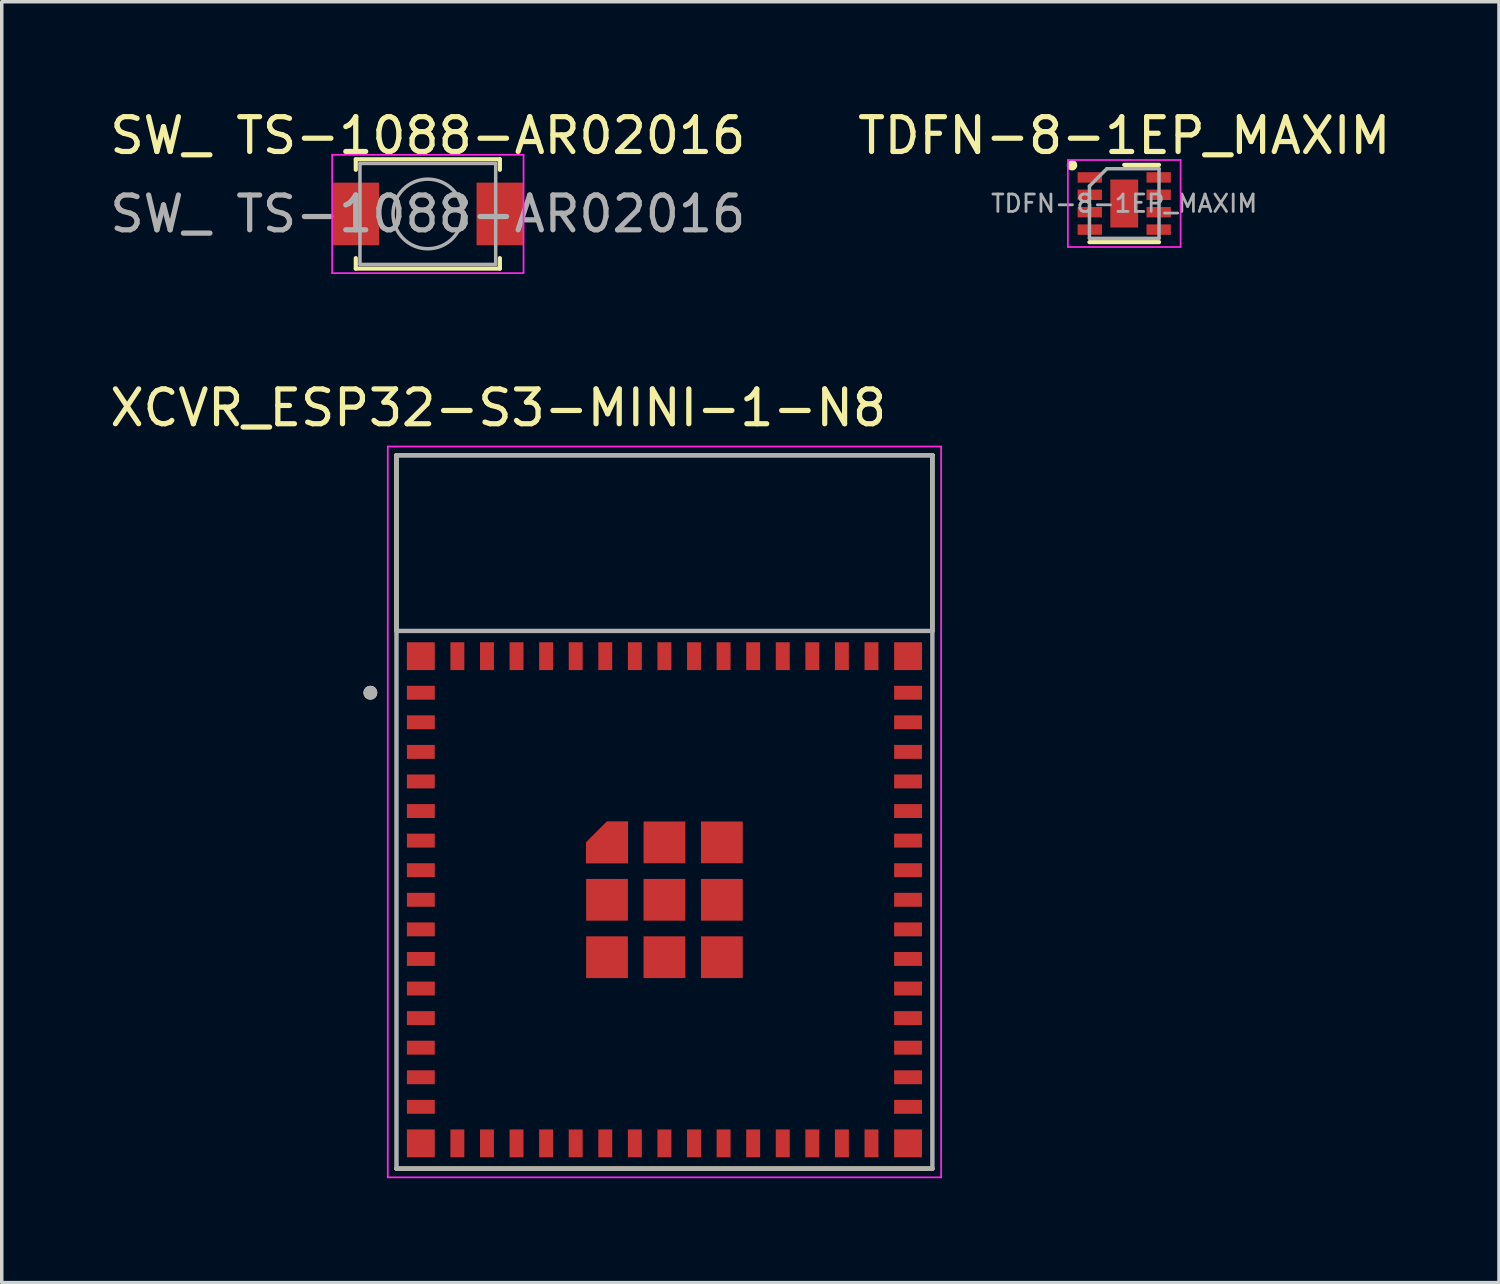
<source format=kicad_pcb>
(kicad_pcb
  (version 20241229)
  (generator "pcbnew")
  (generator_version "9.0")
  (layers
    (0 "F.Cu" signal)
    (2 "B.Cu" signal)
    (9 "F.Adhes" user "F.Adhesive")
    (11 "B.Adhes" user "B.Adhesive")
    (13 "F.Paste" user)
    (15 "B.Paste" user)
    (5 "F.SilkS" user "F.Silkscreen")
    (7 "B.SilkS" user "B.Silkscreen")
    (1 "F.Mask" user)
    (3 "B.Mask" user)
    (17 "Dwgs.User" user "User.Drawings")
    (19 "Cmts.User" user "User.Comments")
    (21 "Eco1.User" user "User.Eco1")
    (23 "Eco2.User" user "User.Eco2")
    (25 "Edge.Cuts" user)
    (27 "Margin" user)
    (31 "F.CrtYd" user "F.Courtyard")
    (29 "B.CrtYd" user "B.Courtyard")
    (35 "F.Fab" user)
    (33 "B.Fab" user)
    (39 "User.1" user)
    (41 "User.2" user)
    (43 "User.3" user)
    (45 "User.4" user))
  (footprint "SW_ TS-1088-AR02016"
    (layer "F.Cu")
    (at 9.244 3.098)
    (property "Reference" "SW_ TS-1088-AR02016" (at 0 -2.25 0) (layer "F.SilkS") (effects (font (size 1 1) (thickness 0.15))))
    (attr smd)
    (fp_line (start -2.07 -1.57) (end 2.07 -1.57) (stroke (width 0.12) (type solid)) (layer "F.SilkS"))
    (fp_line (start -2.07 -1.27) (end -2.07 -1.57) (stroke (width 0.12) (type solid)) (layer "F.SilkS"))
    (fp_line (start -2.07 1.57) (end -2.07 1.27) (stroke (width 0.12) (type solid)) (layer "F.SilkS"))
    (fp_line (start 2.07 -1.57) (end 2.07 -1.27) (stroke (width 0.12) (type solid)) (layer "F.SilkS"))
    (fp_line (start 2.07 1.27) (end 2.07 1.57) (stroke (width 0.12) (type solid)) (layer "F.SilkS"))
    (fp_line (start 2.07 1.57) (end -2.07 1.57) (stroke (width 0.12) (type solid)) (layer "F.SilkS"))
    (fp_line (start -2.75 -1.7) (end 2.75 -1.7) (stroke (width 0.05) (type solid)) (layer "F.CrtYd"))
    (fp_line (start -2.75 1.7) (end -2.75 -1.7) (stroke (width 0.05) (type solid)) (layer "F.CrtYd"))
    (fp_line (start 2.75 -1.7) (end 2.75 1.7) (stroke (width 0.05) (type solid)) (layer "F.CrtYd"))
    (fp_line (start 2.75 1.7) (end -2.75 1.7) (stroke (width 0.05) (type solid)) (layer "F.CrtYd"))
    (fp_line (start -1.95 -1.45) (end 1.95 -1.45) (stroke (width 0.1) (type solid)) (layer "F.Fab"))
    (fp_line (start -1.95 1.45) (end -1.95 -1.45) (stroke (width 0.1) (type solid)) (layer "F.Fab"))
    (fp_line (start 1.95 -1.45) (end 1.95 1.45) (stroke (width 0.1) (type solid)) (layer "F.Fab"))
    (fp_line (start 1.95 1.45) (end -1.95 1.45) (stroke (width 0.1) (type solid)) (layer "F.Fab"))
    (fp_circle (center 0 0) (end 1 0) (stroke (width 0.1) (type solid)) (fill no) (layer "F.Fab"))
    (fp_text user "${REFERENCE}" (at 0 0 0) (layer "F.Fab") (effects (font (size 1 1) (thickness 0.15))))
    (pad "1" smd rect (at -2.075 0) (size 1.35 1.8) (layers "F.Cu" "F.Mask" "F.Paste"))
    (pad "2" smd rect (at 2.075 0) (size 1.35 1.8) (layers "F.Cu" "F.Mask" "F.Paste")))
  (footprint "TDFN-8-1EP_MAXIM"
    (layer "F.Cu")
    (at 29.256 2.798)
    (property "Reference" "TDFN-8-1EP_MAXIM" (at 0 -1.95 0) (layer "F.SilkS") (effects (font (size 1 1) (thickness 0.15))))
    (attr smd)
    (fp_line (start -1 1.11) (end 1 1.11) (stroke (width 0.12) (type solid)) (layer "F.SilkS"))
    (fp_line (start 0 -1.11) (end 1 -1.11) (stroke (width 0.12) (type solid)) (layer "F.SilkS"))
    (fp_circle (center -1.5 -1.1) (end -1.5 -1.2) (stroke (width 0.1) (type solid)) (fill yes) (layer "F.SilkS"))
    (fp_line (start -1.62 -1.25) (end -1.62 1.25) (stroke (width 0.05) (type solid)) (layer "F.CrtYd"))
    (fp_line (start -1.62 1.25) (end 1.62 1.25) (stroke (width 0.05) (type solid)) (layer "F.CrtYd"))
    (fp_line (start 1.62 -1.25) (end -1.62 -1.25) (stroke (width 0.05) (type solid)) (layer "F.CrtYd"))
    (fp_line (start 1.62 1.25) (end 1.62 -1.25) (stroke (width 0.05) (type solid)) (layer "F.CrtYd"))
    (fp_line (start -1 -0.5) (end -0.5 -1) (stroke (width 0.1) (type solid)) (layer "F.Fab"))
    (fp_line (start -1 1) (end -1 -0.5) (stroke (width 0.1) (type solid)) (layer "F.Fab"))
    (fp_line (start -0.5 -1) (end 1 -1) (stroke (width 0.1) (type solid)) (layer "F.Fab"))
    (fp_line (start 1 -1) (end 1 1) (stroke (width 0.1) (type solid)) (layer "F.Fab"))
    (fp_line (start 1 1) (end -1 1) (stroke (width 0.1) (type solid)) (layer "F.Fab"))
    (fp_text user "${REFERENCE}" (at 0 0 0) (layer "F.Fab") (effects (font (size 0.5 0.5) (thickness 0.08))))
    (pad "" smd roundrect (at -0.2 -0.35) (size 0.32 0.58) (layers "F.Paste") (roundrect_rratio 0.25))
    (pad "" smd roundrect (at -0.2 0.35) (size 0.32 0.58) (layers "F.Paste") (roundrect_rratio 0.25))
    (pad "" smd roundrect (at 0.2 -0.35) (size 0.32 0.58) (layers "F.Paste") (roundrect_rratio 0.25))
    (pad "" smd roundrect (at 0.2 0.35) (size 0.32 0.58) (layers "F.Paste") (roundrect_rratio 0.25))
    (pad "1" smd rect (at -0.99 -0.75) (size 0.7 0.3) (layers "F.Cu" "F.Mask" "F.Paste"))
    (pad "2" smd rect (at -0.99 -0.25) (size 0.7 0.3) (layers "F.Cu" "F.Mask" "F.Paste"))
    (pad "3" smd rect (at -0.99 0.25) (size 0.7 0.3) (layers "F.Cu" "F.Mask" "F.Paste"))
    (pad "4" smd rect (at -0.99 0.75) (size 0.7 0.3) (layers "F.Cu" "F.Mask" "F.Paste"))
    (pad "5" smd rect (at 0.99 0.75) (size 0.7 0.3) (layers "F.Cu" "F.Mask" "F.Paste"))
    (pad "6" smd rect (at 0.99 0.25) (size 0.7 0.3) (layers "F.Cu" "F.Mask" "F.Paste"))
    (pad "7" smd rect (at 0.99 -0.25) (size 0.7 0.3) (layers "F.Cu" "F.Mask" "F.Paste"))
    (pad "8" smd rect (at 0.99 -0.75) (size 0.7 0.3) (layers "F.Cu" "F.Mask" "F.Paste"))
    (pad "9" smd rect (at 0 0) (size 0.8 1.38) (layers "F.Cu" "F.Mask")))
  (footprint "XCVR_ESP32-S3-MINI-1-N8"
    (layer "F.Cu")
    (at 16.043 22.806)
    (property "Reference" "XCVR_ESP32-S3-MINI-1-N8" (at -4.775 -14.135 0) (layer "F.SilkS") (effects (font (size 1 1) (thickness 0.15))))
    (attr smd)
    (fp_poly (pts (xy -2.35 -0.95) (xy -0.95 -0.95) (xy -0.95 -2.35) (xy -1.7 -2.35) (xy -2.35 -1.7)) (stroke (width 0.01) (type solid)) (fill yes) (layer "F.Mask"))
    (fp_line (start -7.7 -12.775) (end 7.7 -12.775) (stroke (width 0.127) (type solid)) (layer "F.SilkS"))
    (fp_line (start -7.7 -7.725) (end -7.7 -12.775) (stroke (width 0.127) (type solid)) (layer "F.SilkS"))
    (fp_line (start 7.7 -12.775) (end 7.7 -7.725) (stroke (width 0.127) (type solid)) (layer "F.SilkS"))
    (fp_line (start 7.7 7.725) (end -7.7 7.725) (stroke (width 0.127) (type solid)) (layer "F.SilkS"))
    (fp_circle (center -8.45 -5.95) (end -8.35 -5.95) (stroke (width 0.2) (type solid)) (fill no) (layer "F.SilkS"))
    (fp_poly (pts (xy -2.25 -1.05) (xy -1.05 -1.05) (xy -1.05 -2.25) (xy -1.65 -2.25) (xy -2.25 -1.65)) (stroke (width 0.01) (type solid)) (fill yes) (layer "F.Paste"))
    (fp_line (start -7.95 -13.025) (end -7.95 7.975) (stroke (width 0.05) (type solid)) (layer "F.CrtYd"))
    (fp_line (start -7.95 7.975) (end 7.95 7.975) (stroke (width 0.05) (type solid)) (layer "F.CrtYd"))
    (fp_line (start 7.95 -13.025) (end -7.95 -13.025) (stroke (width 0.05) (type solid)) (layer "F.CrtYd"))
    (fp_line (start 7.95 7.975) (end 7.95 -13.025) (stroke (width 0.05) (type solid)) (layer "F.CrtYd"))
    (fp_line (start -7.7 -12.775) (end 7.7 -12.775) (stroke (width 0.127) (type solid)) (layer "F.Fab"))
    (fp_line (start -7.7 -7.725) (end -7.7 -12.775) (stroke (width 0.127) (type solid)) (layer "F.Fab"))
    (fp_line (start -7.7 -7.725) (end 7.7 -7.725) (stroke (width 0.127) (type solid)) (layer "F.Fab"))
    (fp_line (start -7.7 7.725) (end -7.7 -7.725) (stroke (width 0.127) (type solid)) (layer "F.Fab"))
    (fp_line (start 7.7 -12.775) (end 7.7 -7.725) (stroke (width 0.127) (type solid)) (layer "F.Fab"))
    (fp_line (start 7.7 -7.725) (end 7.7 7.725) (stroke (width 0.127) (type solid)) (layer "F.Fab"))
    (fp_line (start 7.7 7.725) (end -7.7 7.725) (stroke (width 0.127) (type solid)) (layer "F.Fab"))
    (fp_circle (center -8.45 -5.95) (end -8.35 -5.95) (stroke (width 0.2) (type solid)) (fill no) (layer "F.Fab"))
    (pad "1" smd rect (at -7 -5.95) (size 0.8 0.4) (layers "F.Cu" "F.Mask" "F.Paste"))
    (pad "2" smd rect (at -7 -5.1) (size 0.8 0.4) (layers "F.Cu" "F.Mask" "F.Paste"))
    (pad "3" smd rect (at -7 -4.25) (size 0.8 0.4) (layers "F.Cu" "F.Mask" "F.Paste"))
    (pad "4" smd rect (at -7 -3.4) (size 0.8 0.4) (layers "F.Cu" "F.Mask" "F.Paste"))
    (pad "5" smd rect (at -7 -2.55) (size 0.8 0.4) (layers "F.Cu" "F.Mask" "F.Paste"))
    (pad "6" smd rect (at -7 -1.7) (size 0.8 0.4) (layers "F.Cu" "F.Mask" "F.Paste"))
    (pad "7" smd rect (at -7 -0.85) (size 0.8 0.4) (layers "F.Cu" "F.Mask" "F.Paste"))
    (pad "8" smd rect (at -7 0) (size 0.8 0.4) (layers "F.Cu" "F.Mask" "F.Paste"))
    (pad "9" smd rect (at -7 0.85) (size 0.8 0.4) (layers "F.Cu" "F.Mask" "F.Paste"))
    (pad "10" smd rect (at -7 1.7) (size 0.8 0.4) (layers "F.Cu" "F.Mask" "F.Paste"))
    (pad "11" smd rect (at -7 2.55) (size 0.8 0.4) (layers "F.Cu" "F.Mask" "F.Paste"))
    (pad "12" smd rect (at -7 3.4) (size 0.8 0.4) (layers "F.Cu" "F.Mask" "F.Paste"))
    (pad "13" smd rect (at -7 4.25) (size 0.8 0.4) (layers "F.Cu" "F.Mask" "F.Paste"))
    (pad "14" smd rect (at -7 5.1) (size 0.8 0.4) (layers "F.Cu" "F.Mask" "F.Paste"))
    (pad "15" smd rect (at -7 5.95) (size 0.8 0.4) (layers "F.Cu" "F.Mask" "F.Paste"))
    (pad "16" smd rect (at -5.95 7) (size 0.4 0.8) (layers "F.Cu" "F.Mask" "F.Paste"))
    (pad "17" smd rect (at -5.1 7) (size 0.4 0.8) (layers "F.Cu" "F.Mask" "F.Paste"))
    (pad "18" smd rect (at -4.25 7) (size 0.4 0.8) (layers "F.Cu" "F.Mask" "F.Paste"))
    (pad "19" smd rect (at -3.4 7) (size 0.4 0.8) (layers "F.Cu" "F.Mask" "F.Paste"))
    (pad "20" smd rect (at -2.55 7) (size 0.4 0.8) (layers "F.Cu" "F.Mask" "F.Paste"))
    (pad "21" smd rect (at -1.7 7) (size 0.4 0.8) (layers "F.Cu" "F.Mask" "F.Paste"))
    (pad "22" smd rect (at -0.85 7) (size 0.4 0.8) (layers "F.Cu" "F.Mask" "F.Paste"))
    (pad "23" smd rect (at 0 7) (size 0.4 0.8) (layers "F.Cu" "F.Mask" "F.Paste"))
    (pad "24" smd rect (at 0.85 7) (size 0.4 0.8) (layers "F.Cu" "F.Mask" "F.Paste"))
    (pad "25" smd rect (at 1.7 7) (size 0.4 0.8) (layers "F.Cu" "F.Mask" "F.Paste"))
    (pad "26" smd rect (at 2.55 7) (size 0.4 0.8) (layers "F.Cu" "F.Mask" "F.Paste"))
    (pad "27" smd rect (at 3.4 7) (size 0.4 0.8) (layers "F.Cu" "F.Mask" "F.Paste"))
    (pad "28" smd rect (at 4.25 7) (size 0.4 0.8) (layers "F.Cu" "F.Mask" "F.Paste"))
    (pad "29" smd rect (at 5.1 7) (size 0.4 0.8) (layers "F.Cu" "F.Mask" "F.Paste"))
    (pad "30" smd rect (at 5.95 7) (size 0.4 0.8) (layers "F.Cu" "F.Mask" "F.Paste"))
    (pad "31" smd rect (at 7 5.95) (size 0.8 0.4) (layers "F.Cu" "F.Mask" "F.Paste"))
    (pad "32" smd rect (at 7 5.1) (size 0.8 0.4) (layers "F.Cu" "F.Mask" "F.Paste"))
    (pad "33" smd rect (at 7 4.25) (size 0.8 0.4) (layers "F.Cu" "F.Mask" "F.Paste"))
    (pad "34" smd rect (at 7 3.4) (size 0.8 0.4) (layers "F.Cu" "F.Mask" "F.Paste"))
    (pad "35" smd rect (at 7 2.55) (size 0.8 0.4) (layers "F.Cu" "F.Mask" "F.Paste"))
    (pad "36" smd rect (at 7 1.7) (size 0.8 0.4) (layers "F.Cu" "F.Mask" "F.Paste"))
    (pad "37" smd rect (at 7 0.85) (size 0.8 0.4) (layers "F.Cu" "F.Mask" "F.Paste"))
    (pad "38" smd rect (at 7 0) (size 0.8 0.4) (layers "F.Cu" "F.Mask" "F.Paste"))
    (pad "39" smd rect (at 7 -0.85) (size 0.8 0.4) (layers "F.Cu" "F.Mask" "F.Paste"))
    (pad "40" smd rect (at 7 -1.7) (size 0.8 0.4) (layers "F.Cu" "F.Mask" "F.Paste"))
    (pad "41" smd rect (at 7 -2.55) (size 0.8 0.4) (layers "F.Cu" "F.Mask" "F.Paste"))
    (pad "42" smd rect (at 7 -3.4) (size 0.8 0.4) (layers "F.Cu" "F.Mask" "F.Paste"))
    (pad "43" smd rect (at 7 -4.25) (size 0.8 0.4) (layers "F.Cu" "F.Mask" "F.Paste"))
    (pad "44" smd rect (at 7 -5.1) (size 0.8 0.4) (layers "F.Cu" "F.Mask" "F.Paste"))
    (pad "45" smd rect (at 7 -5.95) (size 0.8 0.4) (layers "F.Cu" "F.Mask" "F.Paste"))
    (pad "46" smd rect (at 5.95 -7) (size 0.4 0.8) (layers "F.Cu" "F.Mask" "F.Paste"))
    (pad "47" smd rect (at 5.1 -7) (size 0.4 0.8) (layers "F.Cu" "F.Mask" "F.Paste"))
    (pad "48" smd rect (at 4.25 -7) (size 0.4 0.8) (layers "F.Cu" "F.Mask" "F.Paste"))
    (pad "49" smd rect (at 3.4 -7) (size 0.4 0.8) (layers "F.Cu" "F.Mask" "F.Paste"))
    (pad "50" smd rect (at 2.55 -7) (size 0.4 0.8) (layers "F.Cu" "F.Mask" "F.Paste"))
    (pad "51" smd rect (at 1.7 -7) (size 0.4 0.8) (layers "F.Cu" "F.Mask" "F.Paste"))
    (pad "52" smd rect (at 0.85 -7) (size 0.4 0.8) (layers "F.Cu" "F.Mask" "F.Paste"))
    (pad "53" smd rect (at 0 -7) (size 0.4 0.8) (layers "F.Cu" "F.Mask" "F.Paste"))
    (pad "54" smd rect (at -0.85 -7) (size 0.4 0.8) (layers "F.Cu" "F.Mask" "F.Paste"))
    (pad "55" smd rect (at -1.7 -7) (size 0.4 0.8) (layers "F.Cu" "F.Mask" "F.Paste"))
    (pad "56" smd rect (at -2.55 -7) (size 0.4 0.8) (layers "F.Cu" "F.Mask" "F.Paste"))
    (pad "57" smd rect (at -3.4 -7) (size 0.4 0.8) (layers "F.Cu" "F.Mask" "F.Paste"))
    (pad "58" smd rect (at -4.25 -7) (size 0.4 0.8) (layers "F.Cu" "F.Mask" "F.Paste"))
    (pad "59" smd rect (at -5.1 -7) (size 0.4 0.8) (layers "F.Cu" "F.Mask" "F.Paste"))
    (pad "60" smd rect (at -5.95 -7) (size 0.4 0.8) (layers "F.Cu" "F.Mask" "F.Paste"))
    (pad "61" smd rect (at 0 0) (size 1.2 1.2) (layers "F.Cu" "F.Mask" "F.Paste"))
    (pad "61_1" smd custom (at -1.65 -1.65) (size 0.4 0.4) (layers "F.Cu") (options (anchor rect)) (primitives (gr_poly (pts (xy -0.6 0.6) (xy 0.6 0.6) (xy 0.6 -0.6) (xy 0 -0.6) (xy -0.6 0)) (width 0.01) (fill yes))))
    (pad "61_2" smd rect (at 0 -1.65) (size 1.2 1.2) (layers "F.Cu" "F.Mask" "F.Paste"))
    (pad "61_3" smd rect (at 1.65 -1.65) (size 1.2 1.2) (layers "F.Cu" "F.Mask" "F.Paste"))
    (pad "61_4" smd rect (at 1.65 0) (size 1.2 1.2) (layers "F.Cu" "F.Mask" "F.Paste"))
    (pad "61_5" smd rect (at 1.65 1.65) (size 1.2 1.2) (layers "F.Cu" "F.Mask" "F.Paste"))
    (pad "61_6" smd rect (at 0 1.65) (size 1.2 1.2) (layers "F.Cu" "F.Mask" "F.Paste"))
    (pad "61_7" smd rect (at -1.65 1.65) (size 1.2 1.2) (layers "F.Cu" "F.Mask" "F.Paste"))
    (pad "61_8" smd rect (at -1.65 0) (size 1.2 1.2) (layers "F.Cu" "F.Mask" "F.Paste"))
    (pad "62" smd rect (at -7 -7) (size 0.8 0.8) (layers "F.Cu" "F.Mask" "F.Paste"))
    (pad "63" smd rect (at -7 7) (size 0.8 0.8) (layers "F.Cu" "F.Mask" "F.Paste"))
    (pad "64" smd rect (at 7 7) (size 0.8 0.8) (layers "F.Cu" "F.Mask" "F.Paste"))
    (pad "65" smd rect (at 7 -7) (size 0.8 0.8) (layers "F.Cu" "F.Mask" "F.Paste"))
    (zone (net_name "") (layer "F.Cu") (hatch full 0.508) (connect_pads) (min_thickness 0.01) (filled_areas_thickness no) (keepout (tracks not_allowed) (vias not_allowed) (pads not_allowed) (copperpour not_allowed) (footprints allowed)) (placement (enabled no)) (fill) (polygon (pts (xy 8.343 10.031) (xy 23.743 10.031) (xy 23.743 15.082) (xy 8.343 15.082))))
    (zone (net_name "") (layers "F.Cu" "B.Cu") (hatch full 0.508) (connect_pads) (min_thickness 0.01) (filled_areas_thickness no) (keepout (tracks allowed) (vias not_allowed) (pads allowed) (copperpour allowed) (footprints allowed)) (placement (enabled no)) (fill) (polygon (pts (xy 8.343 10.031) (xy 23.743 10.031) (xy 23.743 15.082) (xy 8.343 15.082))))
    (zone (net_name "") (layer "B.Cu") (hatch full 0.508) (connect_pads) (min_thickness 0.01) (filled_areas_thickness no) (keepout (tracks not_allowed) (vias not_allowed) (pads not_allowed) (copperpour not_allowed) (footprints allowed)) (placement (enabled no)) (fill) (polygon (pts (xy 8.343 10.031) (xy 23.743 10.031) (xy 23.743 15.082) (xy 8.343 15.082)))))
  (gr_rect
    (start -3 -3)
    (end 40.024 33.806)
    (stroke (width 0.1) (type default))
    (fill no)
    (layer "Edge.Cuts")))
</source>
